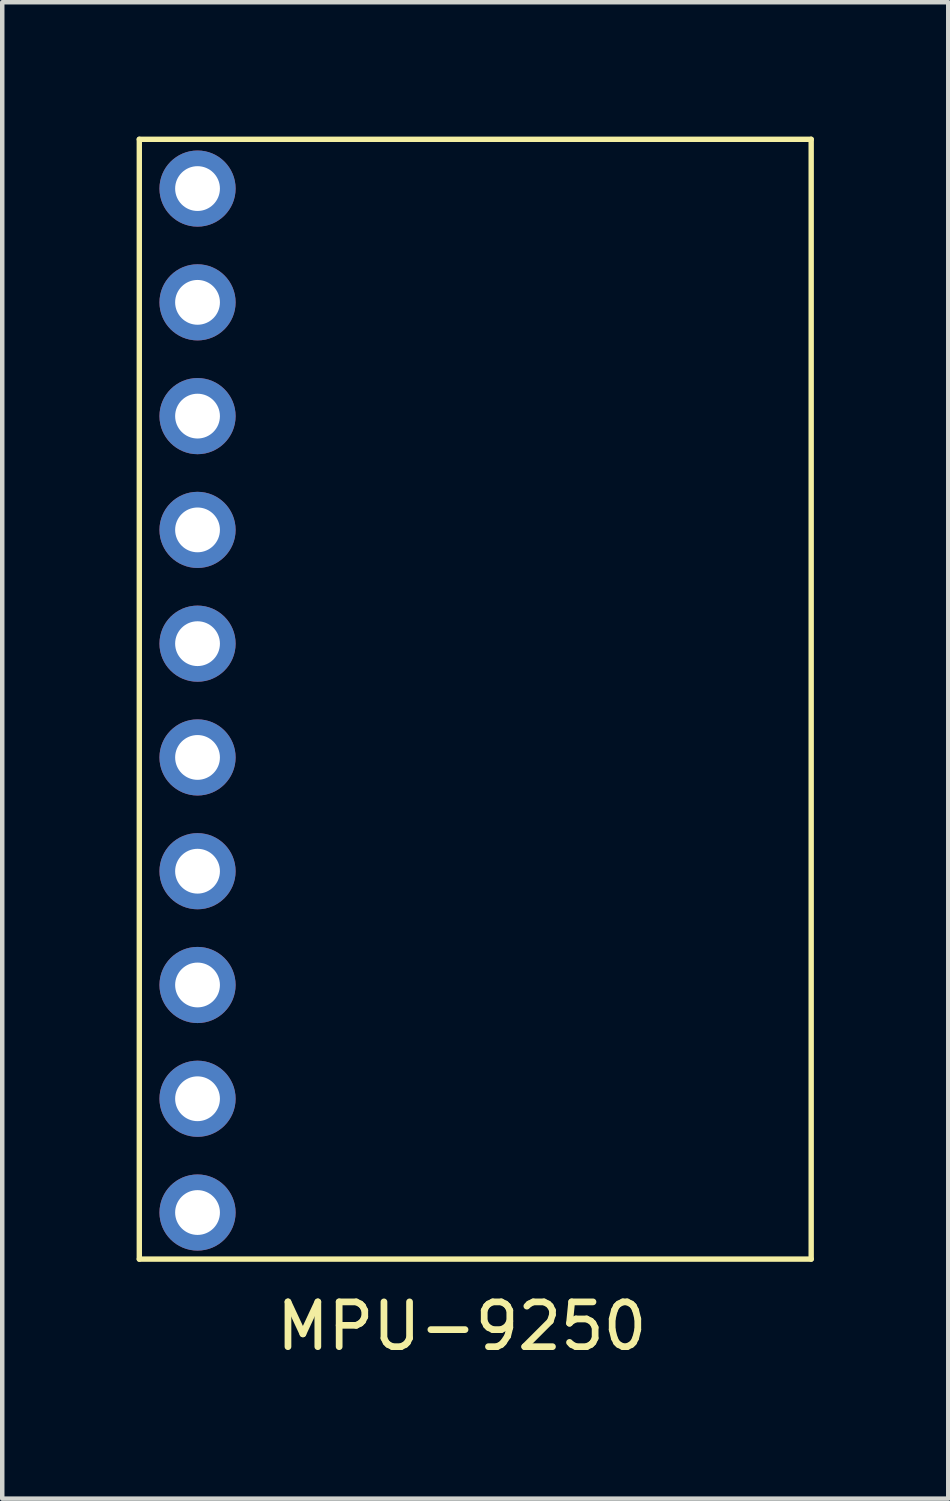
<source format=kicad_pcb>
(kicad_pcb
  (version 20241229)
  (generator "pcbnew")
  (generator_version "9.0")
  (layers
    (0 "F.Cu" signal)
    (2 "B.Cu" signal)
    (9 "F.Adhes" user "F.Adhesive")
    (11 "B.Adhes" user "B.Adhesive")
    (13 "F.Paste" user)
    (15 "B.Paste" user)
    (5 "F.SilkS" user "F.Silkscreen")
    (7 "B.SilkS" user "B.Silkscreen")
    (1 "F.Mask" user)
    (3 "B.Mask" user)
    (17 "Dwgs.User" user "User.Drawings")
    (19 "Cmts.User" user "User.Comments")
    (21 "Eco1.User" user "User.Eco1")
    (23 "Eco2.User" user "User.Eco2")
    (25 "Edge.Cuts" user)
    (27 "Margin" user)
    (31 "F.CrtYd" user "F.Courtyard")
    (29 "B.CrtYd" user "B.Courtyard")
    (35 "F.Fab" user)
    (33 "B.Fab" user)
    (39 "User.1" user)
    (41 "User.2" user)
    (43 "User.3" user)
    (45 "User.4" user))
  (footprint "MPU-9250"
    (layer "F.Cu")
    (at 1.36 1.16)
    (property "Reference" "MPU-9250" (at 5.9 25.4 0) (layer "F.SilkS") (effects (font (size 1 1) (thickness 0.15))))
    (attr through_hole)
    (fp_line (start -1.3 -1.1) (end -1.3 23.9) (stroke (width 0.12) (type solid)) (layer "F.SilkS"))
    (fp_line (start -1.3 -1.1) (end 13.7 -1.1) (stroke (width 0.12) (type solid)) (layer "F.SilkS"))
    (fp_line (start -1.3 23.9) (end 13.7 23.9) (stroke (width 0.12) (type solid)) (layer "F.SilkS"))
    (fp_line (start 13.7 -1.1) (end 13.7 23.9) (stroke (width 0.12) (type solid)) (layer "F.SilkS"))
    (pad "1" thru_hole circle (at 0 0) (size 1.7 1.7) (drill 1) (layers "*.Cu" "*.Mask"))
    (pad "2" thru_hole circle (at 0 2.54) (size 1.7 1.7) (drill 1) (layers "*.Cu" "*.Mask"))
    (pad "3" thru_hole circle (at 0 5.08) (size 1.7 1.7) (drill 1) (layers "*.Cu" "*.Mask"))
    (pad "4" thru_hole circle (at 0 7.62) (size 1.7 1.7) (drill 1) (layers "*.Cu" "*.Mask"))
    (pad "5" thru_hole circle (at 0 10.16) (size 1.7 1.7) (drill 1) (layers "*.Cu" "*.Mask"))
    (pad "6" thru_hole circle (at 0 12.7) (size 1.7 1.7) (drill 1) (layers "*.Cu" "*.Mask"))
    (pad "7" thru_hole circle (at 0 15.24) (size 1.7 1.7) (drill 1) (layers "*.Cu" "*.Mask"))
    (pad "8" thru_hole circle (at 0 17.78) (size 1.7 1.7) (drill 1) (layers "*.Cu" "*.Mask"))
    (pad "9" thru_hole circle (at 0 20.32) (size 1.7 1.7) (drill 1) (layers "*.Cu" "*.Mask"))
    (pad "10" thru_hole circle (at 0 22.86) (size 1.7 1.7) (drill 1) (layers "*.Cu" "*.Mask")))
  (gr_rect
    (start -3 -3)
    (end 18.12 30.408)
    (stroke (width 0.1) (type default))
    (fill no)
    (layer "Edge.Cuts")))
</source>
